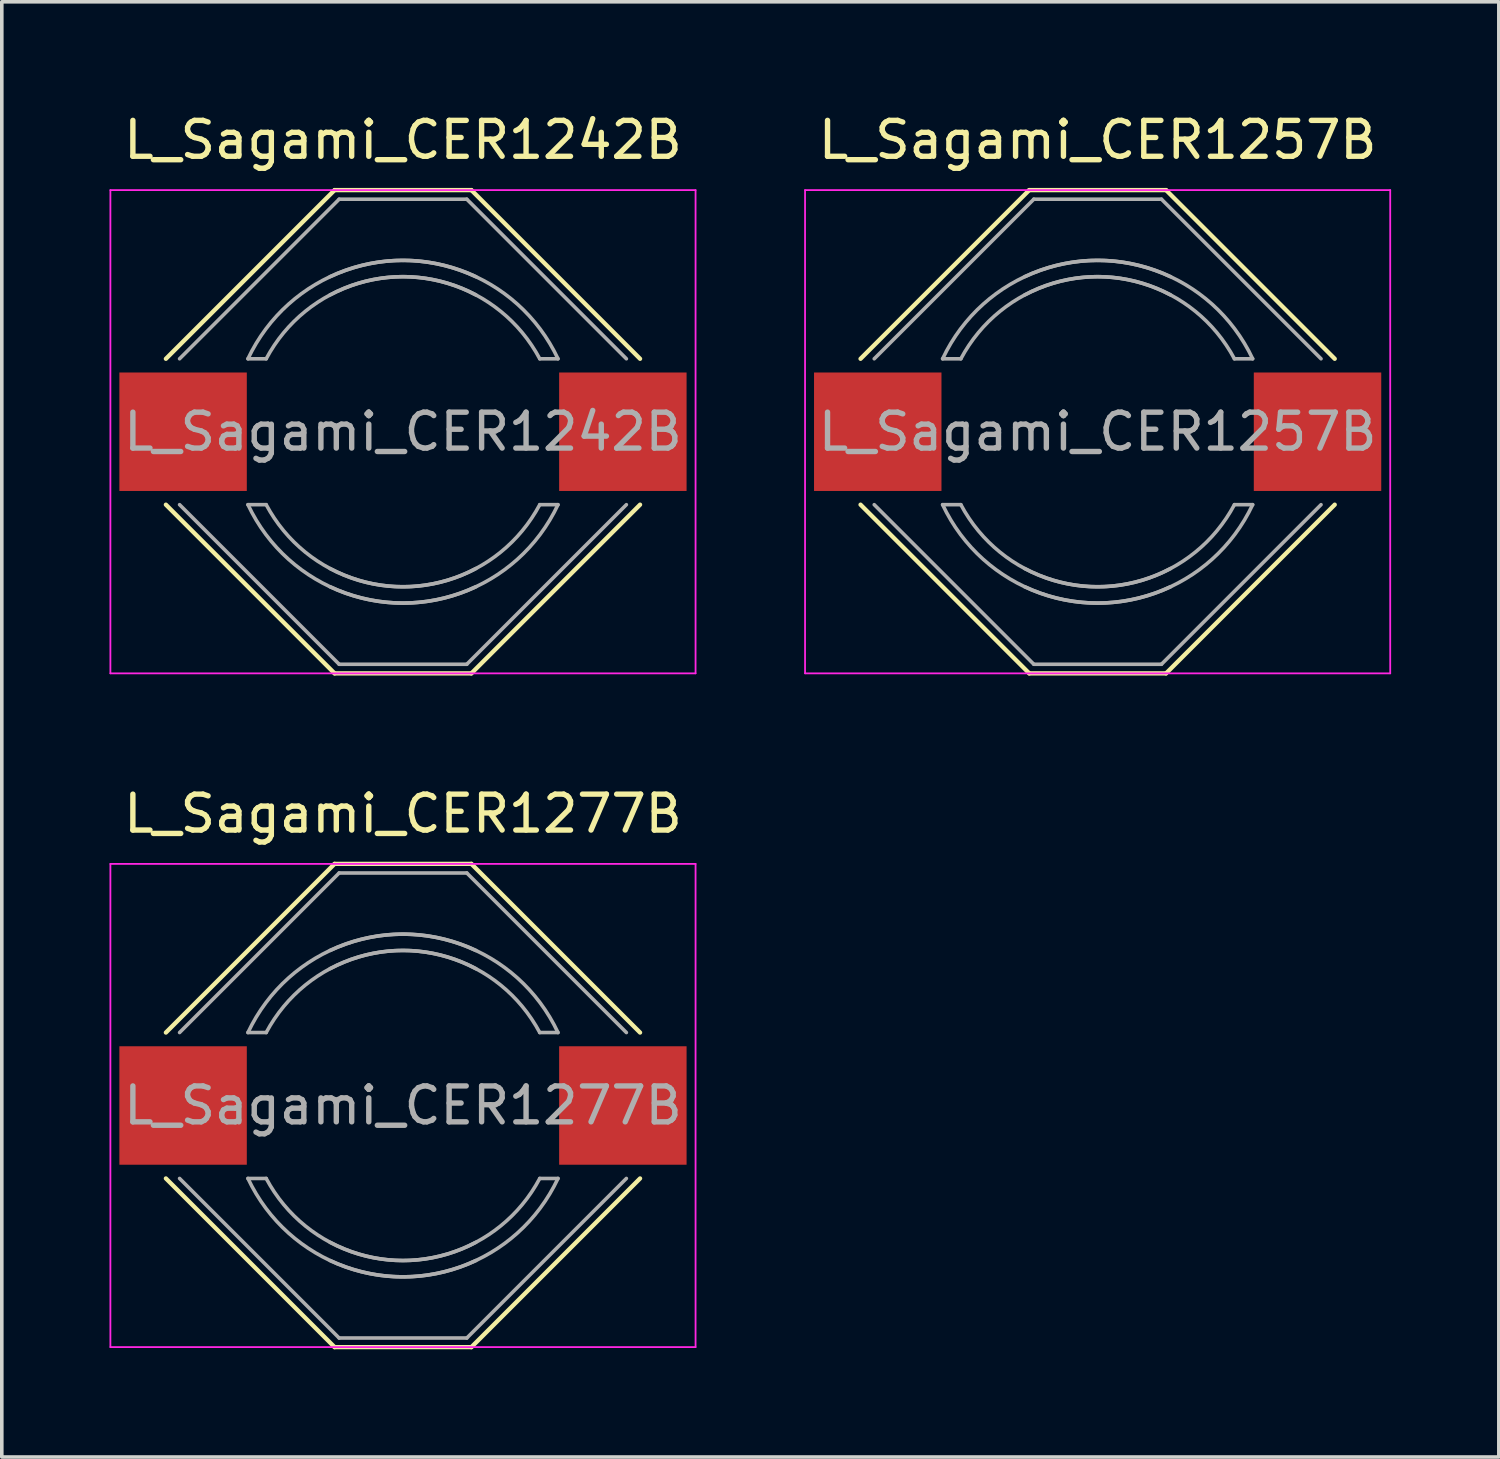
<source format=kicad_pcb>
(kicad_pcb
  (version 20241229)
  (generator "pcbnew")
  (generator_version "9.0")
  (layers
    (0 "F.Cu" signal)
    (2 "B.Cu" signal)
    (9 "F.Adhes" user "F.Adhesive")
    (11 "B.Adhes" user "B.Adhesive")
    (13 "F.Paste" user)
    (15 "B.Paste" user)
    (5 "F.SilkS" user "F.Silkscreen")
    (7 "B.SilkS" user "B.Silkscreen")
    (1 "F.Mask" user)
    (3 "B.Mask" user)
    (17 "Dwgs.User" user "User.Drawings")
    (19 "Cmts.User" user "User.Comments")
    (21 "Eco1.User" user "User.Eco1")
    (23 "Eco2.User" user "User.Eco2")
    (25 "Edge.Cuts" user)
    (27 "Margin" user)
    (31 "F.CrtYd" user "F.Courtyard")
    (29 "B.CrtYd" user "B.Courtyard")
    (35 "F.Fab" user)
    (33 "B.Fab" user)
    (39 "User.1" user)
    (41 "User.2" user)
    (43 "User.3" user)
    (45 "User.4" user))
  (footprint "L_Sagami_CER1257B"
    (layer "F.Cu")
    (at 27.525 8.976)
    (property "Reference" "L_Sagami_CER1257B" (at 0 -8.128 0) (layer "F.SilkS") (effects (font (size 1 1) (thickness 0.15))))
    (attr smd)
    (fp_line (start -6.604 -2.032) (end -1.905 -6.731) (stroke (width 0.12) (type solid)) (layer "F.SilkS"))
    (fp_line (start -6.604 2.032) (end -1.905 6.731) (stroke (width 0.12) (type solid)) (layer "F.SilkS"))
    (fp_line (start -1.905 -6.731) (end 1.905 -6.731) (stroke (width 0.12) (type solid)) (layer "F.SilkS"))
    (fp_line (start -1.905 6.731) (end 1.905 6.731) (stroke (width 0.12) (type solid)) (layer "F.SilkS"))
    (fp_line (start 1.905 -6.731) (end 6.604 -2.032) (stroke (width 0.12) (type solid)) (layer "F.SilkS"))
    (fp_line (start 1.905 6.731) (end 6.604 2.032) (stroke (width 0.12) (type solid)) (layer "F.SilkS"))
    (fp_line (start -8.15 -6.73) (end -8.15 6.73) (stroke (width 0.05) (type solid)) (layer "F.CrtYd"))
    (fp_line (start -8.15 -6.73) (end 8.15 -6.73) (stroke (width 0.05) (type solid)) (layer "F.CrtYd"))
    (fp_line (start -8.15 6.73) (end 8.15 6.73) (stroke (width 0.05) (type solid)) (layer "F.CrtYd"))
    (fp_line (start 8.15 -6.73) (end 8.15 6.73) (stroke (width 0.05) (type solid)) (layer "F.CrtYd"))
    (fp_line (start -6.223 -2.032) (end -1.778 -6.477) (stroke (width 0.1) (type solid)) (layer "F.Fab"))
    (fp_line (start -6.223 2.032) (end -1.778 6.477) (stroke (width 0.1) (type solid)) (layer "F.Fab"))
    (fp_line (start -3.81 -2.032) (end -4.318 -2.032) (stroke (width 0.1) (type solid)) (layer "F.Fab"))
    (fp_line (start -3.81 2.032) (end -4.318 2.032) (stroke (width 0.1) (type solid)) (layer "F.Fab"))
    (fp_line (start -1.778 6.477) (end 1.778 6.477) (stroke (width 0.1) (type solid)) (layer "F.Fab"))
    (fp_line (start 1.778 -6.477) (end -1.778 -6.477) (stroke (width 0.1) (type solid)) (layer "F.Fab"))
    (fp_line (start 1.778 6.477) (end 6.223 2.032) (stroke (width 0.1) (type solid)) (layer "F.Fab"))
    (fp_line (start 3.81 -2.032) (end 4.318 -2.032) (stroke (width 0.1) (type solid)) (layer "F.Fab"))
    (fp_line (start 3.81 2.032) (end 4.318 2.032) (stroke (width 0.1) (type solid)) (layer "F.Fab"))
    (fp_line (start 6.223 -2.032) (end 1.778 -6.477) (stroke (width 0.1) (type solid)) (layer "F.Fab"))
    (fp_arc (start -4.318 -2.032) (mid -1.616446 -4.490128) (end 2.032 -4.318) (stroke (width 0.1) (type solid)) (layer "F.Fab"))
    (fp_arc (start -3.81 -2.032) (mid -1.257236 -4.130918) (end 2.032 -3.81) (stroke (width 0.1) (type solid)) (layer "F.Fab"))
    (fp_arc (start -2.032 -4.318) (mid 1.616446 -4.490128) (end 4.318 -2.032) (stroke (width 0.1) (type solid)) (layer "F.Fab"))
    (fp_arc (start -2.032 -3.81) (mid 1.257236 -4.130918) (end 3.81 -2.032) (stroke (width 0.1) (type solid)) (layer "F.Fab"))
    (fp_arc (start 2.032 3.81) (mid -1.257236 4.130918) (end -3.81 2.032) (stroke (width 0.1) (type solid)) (layer "F.Fab"))
    (fp_arc (start 2.032 4.318) (mid -1.616446 4.490128) (end -4.318 2.032) (stroke (width 0.1) (type solid)) (layer "F.Fab"))
    (fp_arc (start 3.81 2.032) (mid 1.257236 4.130918) (end -2.032 3.81) (stroke (width 0.1) (type solid)) (layer "F.Fab"))
    (fp_arc (start 4.318 2.032) (mid 1.616446 4.490128) (end -2.032 4.318) (stroke (width 0.1) (type solid)) (layer "F.Fab"))
    (fp_text user "${REFERENCE}" (at 0 0 0) (layer "F.Fab") (effects (font (size 1 1) (thickness 0.15))))
    (pad "1" smd rect (at -6.125 0) (size 3.55 3.3) (layers "F.Cu" "F.Mask" "F.Paste"))
    (pad "2" smd rect (at 6.125 0) (size 3.55 3.3) (layers "F.Cu" "F.Mask" "F.Paste")))
  (footprint "L_Sagami_CER1242B"
    (layer "F.Cu")
    (at 8.175 8.976)
    (property "Reference" "L_Sagami_CER1242B" (at 0 -8.128 0) (layer "F.SilkS") (effects (font (size 1 1) (thickness 0.15))))
    (attr smd)
    (fp_line (start -6.604 -2.032) (end -1.905 -6.731) (stroke (width 0.12) (type solid)) (layer "F.SilkS"))
    (fp_line (start -6.604 2.032) (end -1.905 6.731) (stroke (width 0.12) (type solid)) (layer "F.SilkS"))
    (fp_line (start -1.905 -6.731) (end 1.905 -6.731) (stroke (width 0.12) (type solid)) (layer "F.SilkS"))
    (fp_line (start -1.905 6.731) (end 1.905 6.731) (stroke (width 0.12) (type solid)) (layer "F.SilkS"))
    (fp_line (start 1.905 -6.731) (end 6.604 -2.032) (stroke (width 0.12) (type solid)) (layer "F.SilkS"))
    (fp_line (start 1.905 6.731) (end 6.604 2.032) (stroke (width 0.12) (type solid)) (layer "F.SilkS"))
    (fp_line (start -8.15 -6.73) (end -8.15 6.73) (stroke (width 0.05) (type solid)) (layer "F.CrtYd"))
    (fp_line (start -8.15 -6.73) (end 8.15 -6.73) (stroke (width 0.05) (type solid)) (layer "F.CrtYd"))
    (fp_line (start -8.15 6.73) (end 8.15 6.73) (stroke (width 0.05) (type solid)) (layer "F.CrtYd"))
    (fp_line (start 8.15 -6.73) (end 8.15 6.73) (stroke (width 0.05) (type solid)) (layer "F.CrtYd"))
    (fp_line (start -6.223 -2.032) (end -1.778 -6.477) (stroke (width 0.1) (type solid)) (layer "F.Fab"))
    (fp_line (start -6.223 2.032) (end -1.778 6.477) (stroke (width 0.1) (type solid)) (layer "F.Fab"))
    (fp_line (start -3.81 -2.032) (end -4.318 -2.032) (stroke (width 0.1) (type solid)) (layer "F.Fab"))
    (fp_line (start -3.81 2.032) (end -4.318 2.032) (stroke (width 0.1) (type solid)) (layer "F.Fab"))
    (fp_line (start -1.778 6.477) (end 1.778 6.477) (stroke (width 0.1) (type solid)) (layer "F.Fab"))
    (fp_line (start 1.778 -6.477) (end -1.778 -6.477) (stroke (width 0.1) (type solid)) (layer "F.Fab"))
    (fp_line (start 1.778 6.477) (end 6.223 2.032) (stroke (width 0.1) (type solid)) (layer "F.Fab"))
    (fp_line (start 3.81 -2.032) (end 4.318 -2.032) (stroke (width 0.1) (type solid)) (layer "F.Fab"))
    (fp_line (start 3.81 2.032) (end 4.318 2.032) (stroke (width 0.1) (type solid)) (layer "F.Fab"))
    (fp_line (start 6.223 -2.032) (end 1.778 -6.477) (stroke (width 0.1) (type solid)) (layer "F.Fab"))
    (fp_arc (start -4.318 -2.032) (mid -1.616446 -4.490128) (end 2.032 -4.318) (stroke (width 0.1) (type solid)) (layer "F.Fab"))
    (fp_arc (start -3.81 -2.032) (mid -1.257236 -4.130918) (end 2.032 -3.81) (stroke (width 0.1) (type solid)) (layer "F.Fab"))
    (fp_arc (start -2.032 -4.318) (mid 1.616446 -4.490128) (end 4.318 -2.032) (stroke (width 0.1) (type solid)) (layer "F.Fab"))
    (fp_arc (start -2.032 -3.81) (mid 1.257236 -4.130918) (end 3.81 -2.032) (stroke (width 0.1) (type solid)) (layer "F.Fab"))
    (fp_arc (start 2.032 3.81) (mid -1.257236 4.130918) (end -3.81 2.032) (stroke (width 0.1) (type solid)) (layer "F.Fab"))
    (fp_arc (start 2.032 4.318) (mid -1.616446 4.490128) (end -4.318 2.032) (stroke (width 0.1) (type solid)) (layer "F.Fab"))
    (fp_arc (start 3.81 2.032) (mid 1.257236 4.130918) (end -2.032 3.81) (stroke (width 0.1) (type solid)) (layer "F.Fab"))
    (fp_arc (start 4.318 2.032) (mid 1.616446 4.490128) (end -2.032 4.318) (stroke (width 0.1) (type solid)) (layer "F.Fab"))
    (fp_text user "${REFERENCE}" (at 0 0 0) (layer "F.Fab") (effects (font (size 1 1) (thickness 0.15))))
    (pad "1" smd rect (at -6.125 0) (size 3.55 3.3) (layers "F.Cu" "F.Mask" "F.Paste"))
    (pad "2" smd rect (at 6.125 0) (size 3.55 3.3) (layers "F.Cu" "F.Mask" "F.Paste")))
  (footprint "L_Sagami_CER1277B"
    (layer "F.Cu")
    (at 8.175 27.744)
    (property "Reference" "L_Sagami_CER1277B" (at 0 -8.128 0) (layer "F.SilkS") (effects (font (size 1 1) (thickness 0.15))))
    (attr smd)
    (fp_line (start -6.604 -2.032) (end -1.905 -6.731) (stroke (width 0.12) (type solid)) (layer "F.SilkS"))
    (fp_line (start -6.604 2.032) (end -1.905 6.731) (stroke (width 0.12) (type solid)) (layer "F.SilkS"))
    (fp_line (start -1.905 -6.731) (end 1.905 -6.731) (stroke (width 0.12) (type solid)) (layer "F.SilkS"))
    (fp_line (start -1.905 6.731) (end 1.905 6.731) (stroke (width 0.12) (type solid)) (layer "F.SilkS"))
    (fp_line (start 1.905 -6.731) (end 6.604 -2.032) (stroke (width 0.12) (type solid)) (layer "F.SilkS"))
    (fp_line (start 1.905 6.731) (end 6.604 2.032) (stroke (width 0.12) (type solid)) (layer "F.SilkS"))
    (fp_line (start -8.15 -6.73) (end -8.15 6.73) (stroke (width 0.05) (type solid)) (layer "F.CrtYd"))
    (fp_line (start -8.15 -6.73) (end 8.15 -6.73) (stroke (width 0.05) (type solid)) (layer "F.CrtYd"))
    (fp_line (start -8.15 6.73) (end 8.15 6.73) (stroke (width 0.05) (type solid)) (layer "F.CrtYd"))
    (fp_line (start 8.15 -6.73) (end 8.15 6.73) (stroke (width 0.05) (type solid)) (layer "F.CrtYd"))
    (fp_line (start -6.223 -2.032) (end -1.778 -6.477) (stroke (width 0.1) (type solid)) (layer "F.Fab"))
    (fp_line (start -6.223 2.032) (end -1.778 6.477) (stroke (width 0.1) (type solid)) (layer "F.Fab"))
    (fp_line (start -3.81 -2.032) (end -4.318 -2.032) (stroke (width 0.1) (type solid)) (layer "F.Fab"))
    (fp_line (start -3.81 2.032) (end -4.318 2.032) (stroke (width 0.1) (type solid)) (layer "F.Fab"))
    (fp_line (start -1.778 6.477) (end 1.778 6.477) (stroke (width 0.1) (type solid)) (layer "F.Fab"))
    (fp_line (start 1.778 -6.477) (end -1.778 -6.477) (stroke (width 0.1) (type solid)) (layer "F.Fab"))
    (fp_line (start 1.778 6.477) (end 6.223 2.032) (stroke (width 0.1) (type solid)) (layer "F.Fab"))
    (fp_line (start 3.81 -2.032) (end 4.318 -2.032) (stroke (width 0.1) (type solid)) (layer "F.Fab"))
    (fp_line (start 3.81 2.032) (end 4.318 2.032) (stroke (width 0.1) (type solid)) (layer "F.Fab"))
    (fp_line (start 6.223 -2.032) (end 1.778 -6.477) (stroke (width 0.1) (type solid)) (layer "F.Fab"))
    (fp_arc (start -4.318 -2.032) (mid -1.616446 -4.490128) (end 2.032 -4.318) (stroke (width 0.1) (type solid)) (layer "F.Fab"))
    (fp_arc (start -3.81 -2.032) (mid -1.257236 -4.130918) (end 2.032 -3.81) (stroke (width 0.1) (type solid)) (layer "F.Fab"))
    (fp_arc (start -2.032 -4.318) (mid 1.616446 -4.490128) (end 4.318 -2.032) (stroke (width 0.1) (type solid)) (layer "F.Fab"))
    (fp_arc (start -2.032 -3.81) (mid 1.257236 -4.130918) (end 3.81 -2.032) (stroke (width 0.1) (type solid)) (layer "F.Fab"))
    (fp_arc (start 2.032 3.81) (mid -1.257236 4.130918) (end -3.81 2.032) (stroke (width 0.1) (type solid)) (layer "F.Fab"))
    (fp_arc (start 2.032 4.318) (mid -1.616446 4.490128) (end -4.318 2.032) (stroke (width 0.1) (type solid)) (layer "F.Fab"))
    (fp_arc (start 3.81 2.032) (mid 1.257236 4.130918) (end -2.032 3.81) (stroke (width 0.1) (type solid)) (layer "F.Fab"))
    (fp_arc (start 4.318 2.032) (mid 1.616446 4.490128) (end -2.032 4.318) (stroke (width 0.1) (type solid)) (layer "F.Fab"))
    (fp_text user "${REFERENCE}" (at 0 0 0) (layer "F.Fab") (effects (font (size 1 1) (thickness 0.15))))
    (pad "1" smd rect (at -6.125 0) (size 3.55 3.3) (layers "F.Cu" "F.Mask" "F.Paste"))
    (pad "2" smd rect (at 6.125 0) (size 3.55 3.3) (layers "F.Cu" "F.Mask" "F.Paste")))
  (gr_rect
    (start -3 -3)
    (end 38.7 37.535)
    (stroke (width 0.1) (type default))
    (fill no)
    (layer "Edge.Cuts")))
</source>
